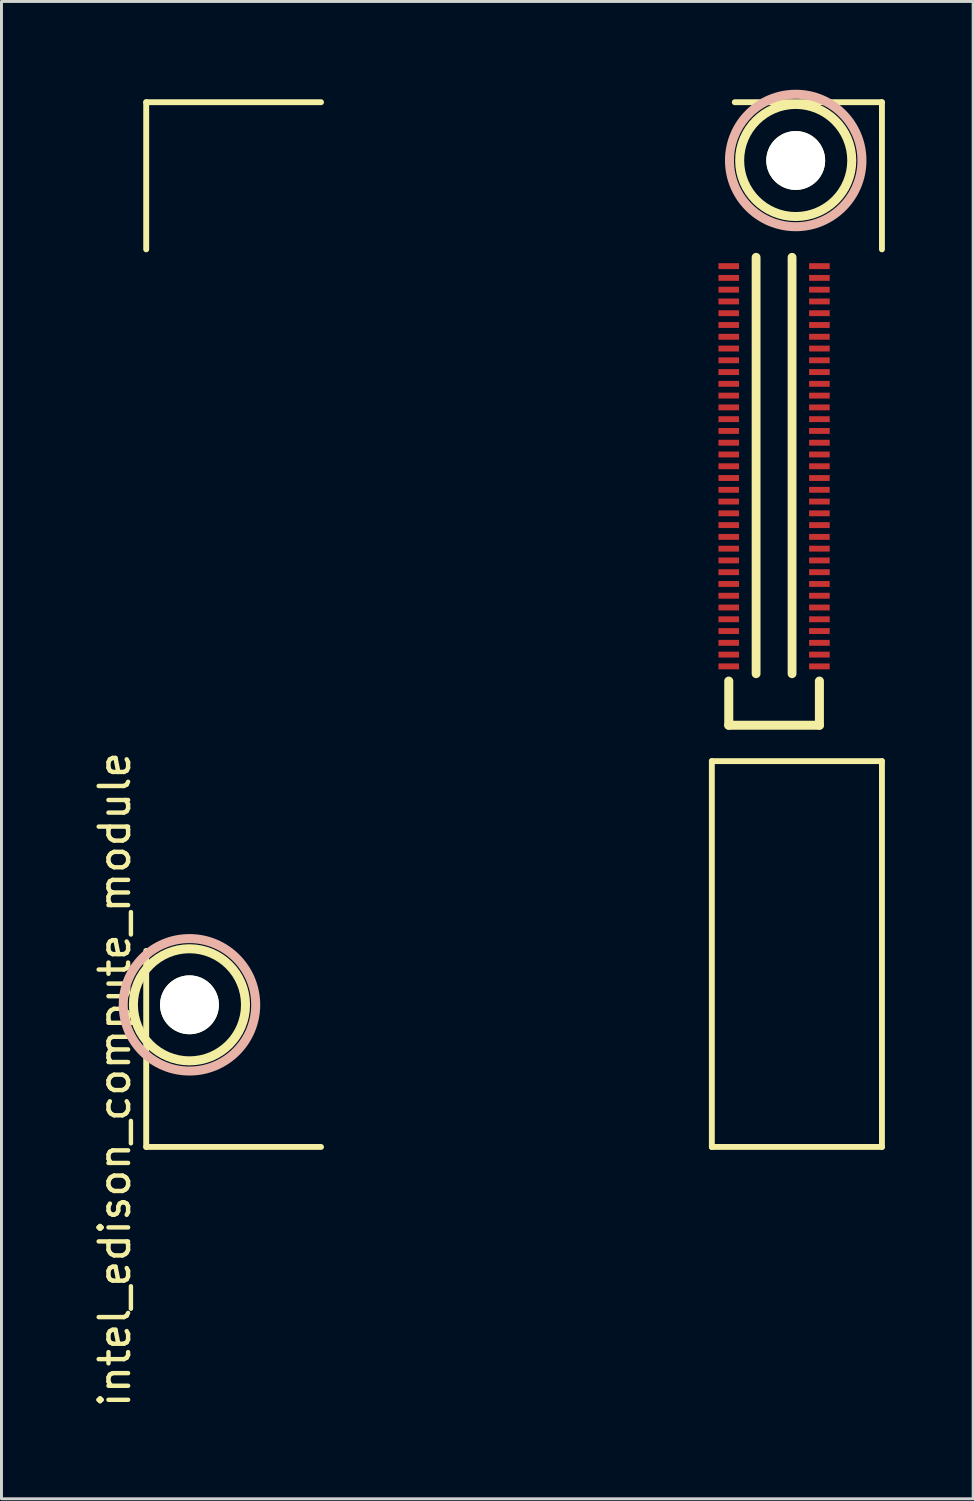
<source format=kicad_pcb>
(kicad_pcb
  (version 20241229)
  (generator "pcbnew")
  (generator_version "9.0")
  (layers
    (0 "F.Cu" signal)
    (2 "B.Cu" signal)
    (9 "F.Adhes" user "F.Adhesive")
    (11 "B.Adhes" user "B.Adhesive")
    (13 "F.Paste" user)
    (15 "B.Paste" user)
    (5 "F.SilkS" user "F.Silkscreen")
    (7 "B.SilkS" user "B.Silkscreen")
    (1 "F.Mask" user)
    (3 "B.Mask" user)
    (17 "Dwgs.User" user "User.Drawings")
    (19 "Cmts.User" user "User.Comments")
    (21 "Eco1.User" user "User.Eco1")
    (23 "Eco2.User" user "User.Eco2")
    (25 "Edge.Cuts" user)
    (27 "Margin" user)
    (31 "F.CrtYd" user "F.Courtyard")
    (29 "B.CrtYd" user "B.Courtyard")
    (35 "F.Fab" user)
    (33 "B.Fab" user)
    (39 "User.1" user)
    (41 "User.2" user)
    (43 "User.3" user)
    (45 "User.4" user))
  (footprint "intel_edison_compute_module"
    (layer "F.Cu")
    (at 3.388 31.093)
    (property "Reference" "intel_edison_compute_module" (at -2.54 2.54 90) (layer "F.SilkS") (effects (font (size 1 1) (thickness 0.15))))
    (attr through_hole)
    (fp_line (start -1.47 -30.67) (end -1.47 -25.67) (stroke (width 0.2) (type solid)) (layer "F.SilkS"))
    (fp_line (start -1.47 -30.67) (end 4.47 -30.67) (stroke (width 0.2) (type solid)) (layer "F.SilkS"))
    (fp_line (start -1.47 -1.83) (end -1.47 4.83) (stroke (width 0.2) (type solid)) (layer "F.SilkS"))
    (fp_line (start -1.47 4.83) (end 4.47 4.83) (stroke (width 0.2) (type solid)) (layer "F.SilkS"))
    (fp_line (start 17.75 -8.28) (end 17.75 4.83) (stroke (width 0.2) (type solid)) (layer "F.SilkS"))
    (fp_line (start 17.75 -8.28) (end 23.53 -8.28) (stroke (width 0.2) (type solid)) (layer "F.SilkS"))
    (fp_line (start 17.75 4.83) (end 23.53 4.83) (stroke (width 0.2) (type solid)) (layer "F.SilkS"))
    (fp_line (start 18.325 -11) (end 18.325 -9.5) (stroke (width 0.307) (type solid)) (layer "F.SilkS"))
    (fp_line (start 18.325 -9.5) (end 21.405 -9.5) (stroke (width 0.307) (type solid)) (layer "F.SilkS"))
    (fp_line (start 18.53 -30.67) (end 23.53 -30.67) (stroke (width 0.2) (type solid)) (layer "F.SilkS"))
    (fp_line (start 19.254 -11.25) (end 19.254 -25.4) (stroke (width 0.3) (type solid)) (layer "F.SilkS"))
    (fp_line (start 20.476 -11.25) (end 20.476 -25.4) (stroke (width 0.3) (type solid)) (layer "F.SilkS"))
    (fp_line (start 21.405 -9.5) (end 21.405 -11) (stroke (width 0.307) (type solid)) (layer "F.SilkS"))
    (fp_line (start 23.53 -30.67) (end 23.53 -25.67) (stroke (width 0.2) (type solid)) (layer "F.SilkS"))
    (fp_line (start 23.53 4.83) (end 23.53 -8.28) (stroke (width 0.2) (type solid)) (layer "F.SilkS"))
    (fp_circle (center 0 0) (end 1.905 0) (stroke (width 0.307) (type solid)) (fill no) (layer "F.SilkS"))
    (fp_circle (center 20.6 -28.69) (end 22.505 -28.69) (stroke (width 0.307) (type solid)) (fill no) (layer "F.SilkS"))
    (fp_circle (center 0 0) (end 2.25 0) (stroke (width 0.307) (type solid)) (fill no) (layer "B.SilkS"))
    (fp_circle (center 20.6 -28.69) (end 22.85 -28.69) (stroke (width 0.307) (type solid)) (fill no) (layer "B.SilkS"))
    (pad "" np_thru_hole circle (at 0 0) (size 2 2) (drill 2) (layers "*.Cu" "F.SilkS"))
    (pad "" np_thru_hole circle (at 20.6 -28.69) (size 2 2) (drill 2) (layers "*.Cu" "F.SilkS"))
    (pad "1" smd rect (at 21.405 -11.5) (size 0.7 0.2) (layers "F.Cu" "F.Mask" "F.Paste"))
    (pad "2" smd rect (at 18.325 -11.5) (size 0.7 0.2) (layers "F.Cu" "F.Mask" "F.Paste"))
    (pad "3" smd rect (at 21.405 -11.9) (size 0.7 0.2) (layers "F.Cu" "F.Mask" "F.Paste"))
    (pad "4" smd rect (at 18.325 -11.9) (size 0.7 0.2) (layers "F.Cu" "F.Mask" "F.Paste"))
    (pad "5" smd rect (at 21.405 -12.3) (size 0.7 0.2) (layers "F.Cu" "F.Mask" "F.Paste"))
    (pad "6" smd rect (at 18.325 -12.3) (size 0.7 0.2) (layers "F.Cu" "F.Mask" "F.Paste"))
    (pad "7" smd rect (at 21.405 -12.7) (size 0.7 0.2) (layers "F.Cu" "F.Mask" "F.Paste"))
    (pad "8" smd rect (at 18.325 -12.7) (size 0.7 0.2) (layers "F.Cu" "F.Mask" "F.Paste"))
    (pad "9" smd rect (at 21.405 -13.1) (size 0.7 0.2) (layers "F.Cu" "F.Mask" "F.Paste"))
    (pad "10" smd rect (at 18.325 -13.1) (size 0.7 0.2) (layers "F.Cu" "F.Mask" "F.Paste"))
    (pad "11" smd rect (at 21.405 -13.5) (size 0.7 0.2) (layers "F.Cu" "F.Mask" "F.Paste"))
    (pad "12" smd rect (at 18.325 -13.5) (size 0.7 0.2) (layers "F.Cu" "F.Mask" "F.Paste"))
    (pad "13" smd rect (at 21.405 -13.9) (size 0.7 0.2) (layers "F.Cu" "F.Mask" "F.Paste"))
    (pad "14" smd rect (at 18.325 -13.9) (size 0.7 0.2) (layers "F.Cu" "F.Mask" "F.Paste"))
    (pad "15" smd rect (at 21.405 -14.3) (size 0.7 0.2) (layers "F.Cu" "F.Mask" "F.Paste"))
    (pad "16" smd rect (at 18.325 -14.3) (size 0.7 0.2) (layers "F.Cu" "F.Mask" "F.Paste"))
    (pad "17" smd rect (at 21.405 -14.7) (size 0.7 0.2) (layers "F.Cu" "F.Mask" "F.Paste"))
    (pad "18" smd rect (at 18.325 -14.7) (size 0.7 0.2) (layers "F.Cu" "F.Mask" "F.Paste"))
    (pad "19" smd rect (at 21.405 -15.1) (size 0.7 0.2) (layers "F.Cu" "F.Mask" "F.Paste"))
    (pad "20" smd rect (at 18.325 -15.1) (size 0.7 0.2) (layers "F.Cu" "F.Mask" "F.Paste"))
    (pad "21" smd rect (at 21.405 -15.5) (size 0.7 0.2) (layers "F.Cu" "F.Mask" "F.Paste"))
    (pad "22" smd rect (at 18.325 -15.5) (size 0.7 0.2) (layers "F.Cu" "F.Mask" "F.Paste"))
    (pad "23" smd rect (at 21.405 -15.9) (size 0.7 0.2) (layers "F.Cu" "F.Mask" "F.Paste"))
    (pad "24" smd rect (at 18.325 -15.9) (size 0.7 0.2) (layers "F.Cu" "F.Mask" "F.Paste"))
    (pad "25" smd rect (at 21.405 -16.3) (size 0.7 0.2) (layers "F.Cu" "F.Mask" "F.Paste"))
    (pad "26" smd rect (at 18.325 -16.3) (size 0.7 0.2) (layers "F.Cu" "F.Mask" "F.Paste"))
    (pad "27" smd rect (at 21.405 -16.7) (size 0.7 0.2) (layers "F.Cu" "F.Mask" "F.Paste"))
    (pad "28" smd rect (at 18.325 -16.7) (size 0.7 0.2) (layers "F.Cu" "F.Mask" "F.Paste"))
    (pad "29" smd rect (at 21.405 -17.1) (size 0.7 0.2) (layers "F.Cu" "F.Mask" "F.Paste"))
    (pad "30" smd rect (at 18.325 -17.1) (size 0.7 0.2) (layers "F.Cu" "F.Mask" "F.Paste"))
    (pad "31" smd rect (at 21.405 -17.5) (size 0.7 0.2) (layers "F.Cu" "F.Mask" "F.Paste"))
    (pad "32" smd rect (at 18.325 -17.5) (size 0.7 0.2) (layers "F.Cu" "F.Mask" "F.Paste"))
    (pad "33" smd rect (at 21.405 -17.9) (size 0.7 0.2) (layers "F.Cu" "F.Mask" "F.Paste"))
    (pad "34" smd rect (at 18.325 -17.9) (size 0.7 0.2) (layers "F.Cu" "F.Mask" "F.Paste"))
    (pad "35" smd rect (at 21.405 -18.3) (size 0.7 0.2) (layers "F.Cu" "F.Mask" "F.Paste"))
    (pad "36" smd rect (at 18.325 -18.3) (size 0.7 0.2) (layers "F.Cu" "F.Mask" "F.Paste"))
    (pad "37" smd rect (at 21.405 -18.7) (size 0.7 0.2) (layers "F.Cu" "F.Mask" "F.Paste"))
    (pad "38" smd rect (at 18.325 -18.7) (size 0.7 0.2) (layers "F.Cu" "F.Mask" "F.Paste"))
    (pad "39" smd rect (at 21.405 -19.1) (size 0.7 0.2) (layers "F.Cu" "F.Mask" "F.Paste"))
    (pad "40" smd rect (at 18.325 -19.1) (size 0.7 0.2) (layers "F.Cu" "F.Mask" "F.Paste"))
    (pad "41" smd rect (at 21.405 -19.5) (size 0.7 0.2) (layers "F.Cu" "F.Mask" "F.Paste"))
    (pad "42" smd rect (at 18.325 -19.5) (size 0.7 0.2) (layers "F.Cu" "F.Mask" "F.Paste"))
    (pad "43" smd rect (at 21.405 -19.9) (size 0.7 0.2) (layers "F.Cu" "F.Mask" "F.Paste"))
    (pad "44" smd rect (at 18.325 -19.9) (size 0.7 0.2) (layers "F.Cu" "F.Mask" "F.Paste"))
    (pad "45" smd rect (at 21.405 -20.3) (size 0.7 0.2) (layers "F.Cu" "F.Mask" "F.Paste"))
    (pad "46" smd rect (at 18.325 -20.3) (size 0.7 0.2) (layers "F.Cu" "F.Mask" "F.Paste"))
    (pad "47" smd rect (at 21.405 -20.7) (size 0.7 0.2) (layers "F.Cu" "F.Mask" "F.Paste"))
    (pad "48" smd rect (at 18.325 -20.7) (size 0.7 0.2) (layers "F.Cu" "F.Mask" "F.Paste"))
    (pad "49" smd rect (at 21.405 -21.1) (size 0.7 0.2) (layers "F.Cu" "F.Mask" "F.Paste"))
    (pad "50" smd rect (at 18.325 -21.1) (size 0.7 0.2) (layers "F.Cu" "F.Mask" "F.Paste"))
    (pad "51" smd rect (at 21.405 -21.5) (size 0.7 0.2) (layers "F.Cu" "F.Mask" "F.Paste"))
    (pad "52" smd rect (at 18.325 -21.5) (size 0.7 0.2) (layers "F.Cu" "F.Mask" "F.Paste"))
    (pad "53" smd rect (at 21.405 -21.9) (size 0.7 0.2) (layers "F.Cu" "F.Mask" "F.Paste"))
    (pad "54" smd rect (at 18.325 -21.9) (size 0.7 0.2) (layers "F.Cu" "F.Mask" "F.Paste"))
    (pad "55" smd rect (at 21.405 -22.3) (size 0.7 0.2) (layers "F.Cu" "F.Mask" "F.Paste"))
    (pad "56" smd rect (at 18.325 -22.3) (size 0.7 0.2) (layers "F.Cu" "F.Mask" "F.Paste"))
    (pad "57" smd rect (at 21.405 -22.7) (size 0.7 0.2) (layers "F.Cu" "F.Mask" "F.Paste"))
    (pad "58" smd rect (at 18.325 -22.7) (size 0.7 0.2) (layers "F.Cu" "F.Mask" "F.Paste"))
    (pad "59" smd rect (at 21.405 -23.1) (size 0.7 0.2) (layers "F.Cu" "F.Mask" "F.Paste"))
    (pad "60" smd rect (at 18.325 -23.1) (size 0.7 0.2) (layers "F.Cu" "F.Mask" "F.Paste"))
    (pad "61" smd rect (at 21.405 -23.5) (size 0.7 0.2) (layers "F.Cu" "F.Mask" "F.Paste"))
    (pad "62" smd rect (at 18.325 -23.5) (size 0.7 0.2) (layers "F.Cu" "F.Mask" "F.Paste"))
    (pad "63" smd rect (at 21.405 -23.9) (size 0.7 0.2) (layers "F.Cu" "F.Mask" "F.Paste"))
    (pad "64" smd rect (at 18.325 -23.9) (size 0.7 0.2) (layers "F.Cu" "F.Mask" "F.Paste"))
    (pad "65" smd rect (at 21.405 -24.3) (size 0.7 0.2) (layers "F.Cu" "F.Mask" "F.Paste"))
    (pad "66" smd rect (at 18.325 -24.3) (size 0.7 0.2) (layers "F.Cu" "F.Mask" "F.Paste"))
    (pad "67" smd rect (at 21.405 -24.7) (size 0.7 0.2) (layers "F.Cu" "F.Mask" "F.Paste"))
    (pad "68" smd rect (at 18.325 -24.7) (size 0.7 0.2) (layers "F.Cu" "F.Mask" "F.Paste"))
    (pad "69" smd rect (at 21.405 -25.1) (size 0.7 0.2) (layers "F.Cu" "F.Mask" "F.Paste"))
    (pad "70" smd rect (at 18.325 -25.1) (size 0.7 0.2) (layers "F.Cu" "F.Mask" "F.Paste")))
  (gr_rect
    (start -3 -3)
    (end 30.018 47.878)
    (stroke (width 0.1) (type default))
    (fill no)
    (layer "Edge.Cuts")))
</source>
